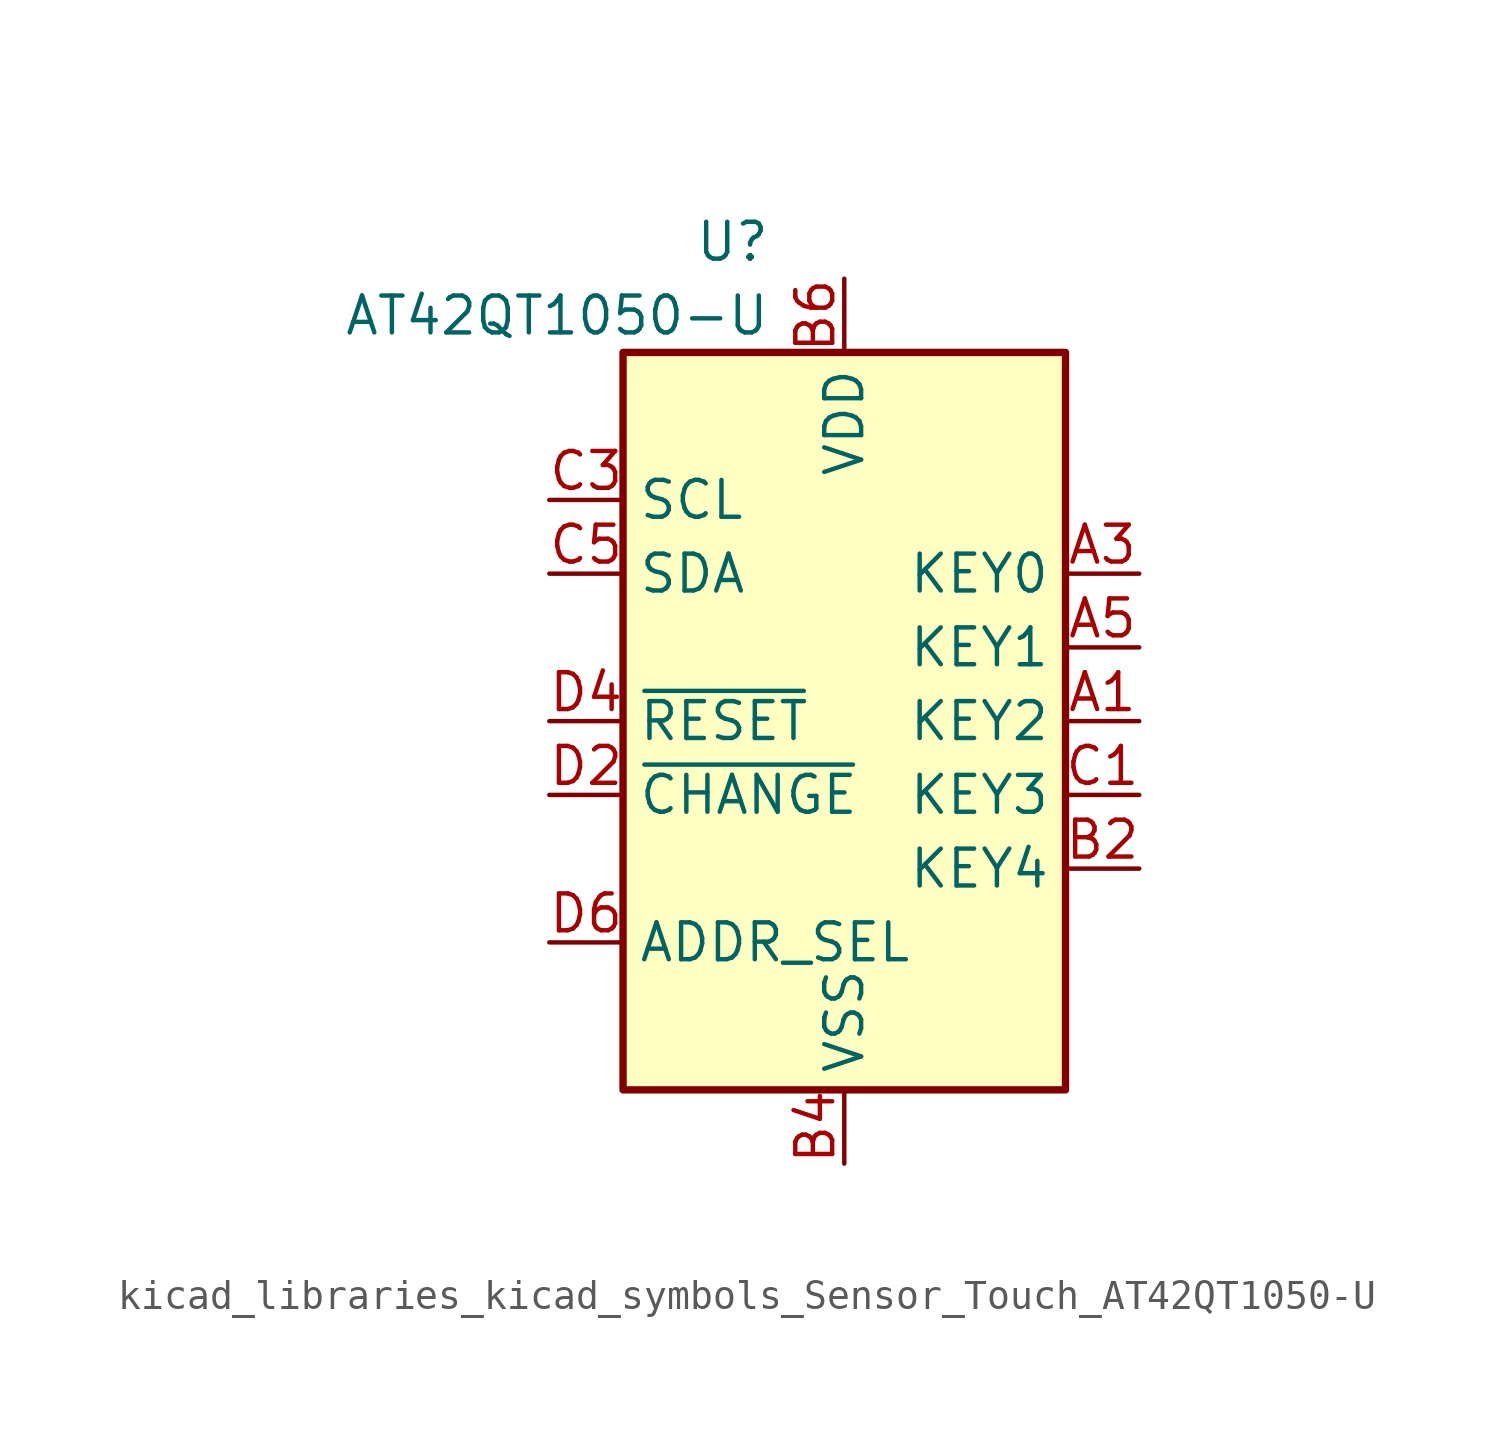
<source format=kicad_sym>
(kicad_symbol_lib
  (version 20220914)
  (generator kicad_symbol_editor)
  (symbol "kicad_libraries_kicad_symbols_Sensor_Touch_AT42QT1050-U"
    (property "Reference" "U"
      (at -2.54 16.51 0)
      (effects (font (size 1.27 1.27)) (justify right)))
    (property "Value" "AT42QT1050-U"
      (at -2.54 13.97 0)
      (effects (font (size 1.27 1.27)) (justify right)))
    (symbol "kicad_libraries_kicad_symbols_Sensor_Touch_AT42QT1050-U_0_1"
      (rectangle (start -7.62 12.7) (end 7.62 -12.7) (stroke (width 0.254) (type default)) (fill (type background))))
    (symbol "kicad_libraries_kicad_symbols_Sensor_Touch_AT42QT1050-U_1_1"
      (pin passive line (at 10.16 0 180) (length 2.54) (name "KEY2" (effects (font (size 1.27 1.27)))) (number "A1" (effects (font (size 1.27 1.27)))))
      (pin passive line (at 10.16 5.08 180) (length 2.54) (name "KEY0" (effects (font (size 1.27 1.27)))) (number "A3" (effects (font (size 1.27 1.27)))))
      (pin passive line (at 10.16 2.54 180) (length 2.54) (name "KEY1" (effects (font (size 1.27 1.27)))) (number "A5" (effects (font (size 1.27 1.27)))))
      (pin passive line (at 10.16 -5.08 180) (length 2.54) (name "KEY4" (effects (font (size 1.27 1.27)))) (number "B2" (effects (font (size 1.27 1.27)))))
      (pin power_in line (at 0 -15.24 90) (length 2.54) (name "VSS" (effects (font (size 1.27 1.27)))) (number "B4" (effects (font (size 1.27 1.27)))))
      (pin power_in line (at 0 15.24 270) (length 2.54) (name "VDD" (effects (font (size 1.27 1.27)))) (number "B6" (effects (font (size 1.27 1.27)))))
      (pin passive line (at 10.16 -2.54 180) (length 2.54) (name "KEY3" (effects (font (size 1.27 1.27)))) (number "C1" (effects (font (size 1.27 1.27)))))
      (pin input line (at -10.16 7.62 0) (length 2.54) (name "SCL" (effects (font (size 1.27 1.27)))) (number "C3" (effects (font (size 1.27 1.27)))))
      (pin bidirectional line (at -10.16 5.08 0) (length 2.54) (name "SDA" (effects (font (size 1.27 1.27)))) (number "C5" (effects (font (size 1.27 1.27)))))
      (pin open_collector line (at -10.16 -2.54 0) (length 2.54) (name "~{CHANGE}" (effects (font (size 1.27 1.27)))) (number "D2" (effects (font (size 1.27 1.27)))))
      (pin input line (at -10.16 0 0) (length 2.54) (name "~{RESET}" (effects (font (size 1.27 1.27)))) (number "D4" (effects (font (size 1.27 1.27)))))
      (pin input line (at -10.16 -7.62 0) (length 2.54) (name "ADDR_SEL" (effects (font (size 1.27 1.27)))) (number "D6" (effects (font (size 1.27 1.27))))))))
</source>
